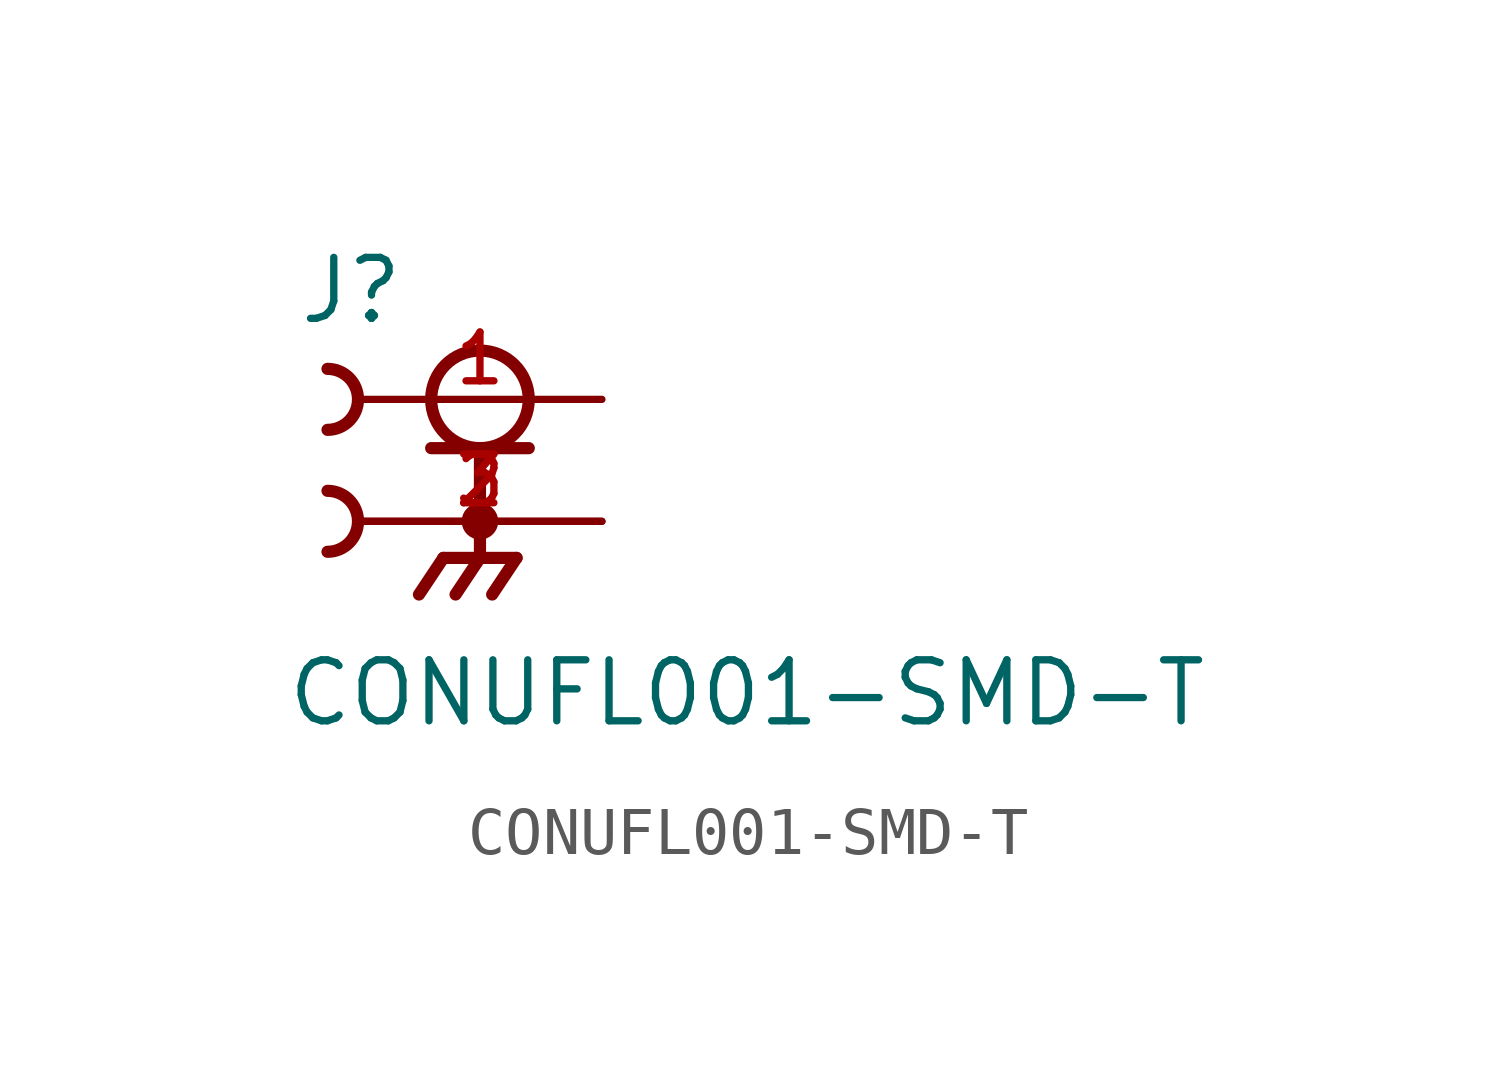
<source format=kicad_sym>
(kicad_symbol_lib
  (version 20211014)
  (generator kicad_symbol_editor)
  (symbol "CONUFL001-SMD-T"
    (pin_names
      (offset 1.016))
    (property "Reference" "J"
      (at -3.81 4.064 0)
      (effects (font (size 1.27 1.27)) (justify bottom left)))
    (property "Value" "CONUFL001-SMD-T"
      (at -4.064 -4.318 0)
      (effects (font (size 1.27 1.27)) (justify bottom left)))
    (symbol "CONUFL001-SMD-T_0_0"
      (circle (center 0.0 2.54) (radius 1.016) (stroke (width 0.254)) (fill (type none)))
      (polyline (pts (xy -1.016 1.524) (xy 0.0 1.524)) (stroke (width 0.254)))
      (polyline (pts (xy 0.0 1.524) (xy 1.016 1.524)) (stroke (width 0.254)))
      (polyline (pts (xy 0.0 1.524) (xy 0.0 -0.762)) (stroke (width 0.254)))
      (circle (center 0.0 0.0) (radius 0.254) (stroke (width 0.254)) (fill (type none)))
      (polyline (pts (xy 0.0 -0.762) (xy -0.762 -0.762)) (stroke (width 0.254)))
      (polyline (pts (xy 0.0 -0.762) (xy 0.762 -0.762)) (stroke (width 0.254)))
      (polyline (pts (xy -0.762 -0.762) (xy -1.27 -1.524)) (stroke (width 0.254)))
      (polyline (pts (xy 0.0 -0.762) (xy -0.508 -1.524)) (stroke (width 0.254)))
      (polyline (pts (xy 0.762 -0.762) (xy 0.254 -1.524)) (stroke (width 0.254)))
      (arc (start -3.175 3.175) (mid -2.54 2.54) (end -3.175 1.905) (stroke (width 0.254) (type default) (color 0 0 0 0)) (fill (type none)))
      (arc (start -3.175 0.635) (mid -2.54 -0.0) (end -3.175 -0.635) (stroke (width 0.254) (type default) (color 0 0 0 0)) (fill (type none)))
      (pin passive line (at 2.54 2.54 180.0) (length 5.08) (name "~" (effects (font (size 1.016 1.016)))) (number "1" (effects (font (size 1.016 1.016)))))
      (pin passive line (at 2.54 0.0 180.0) (length 5.08) (name "~" (effects (font (size 1.016 1.016)))) (number "2" (effects (font (size 1.016 1.016)))))
      (pin passive line (at 2.54 0.0 180.0) (length 5.08) (name "~" (effects (font (size 1.016 1.016)))) (number "3" (effects (font (size 1.016 1.016))))))))
</source>
